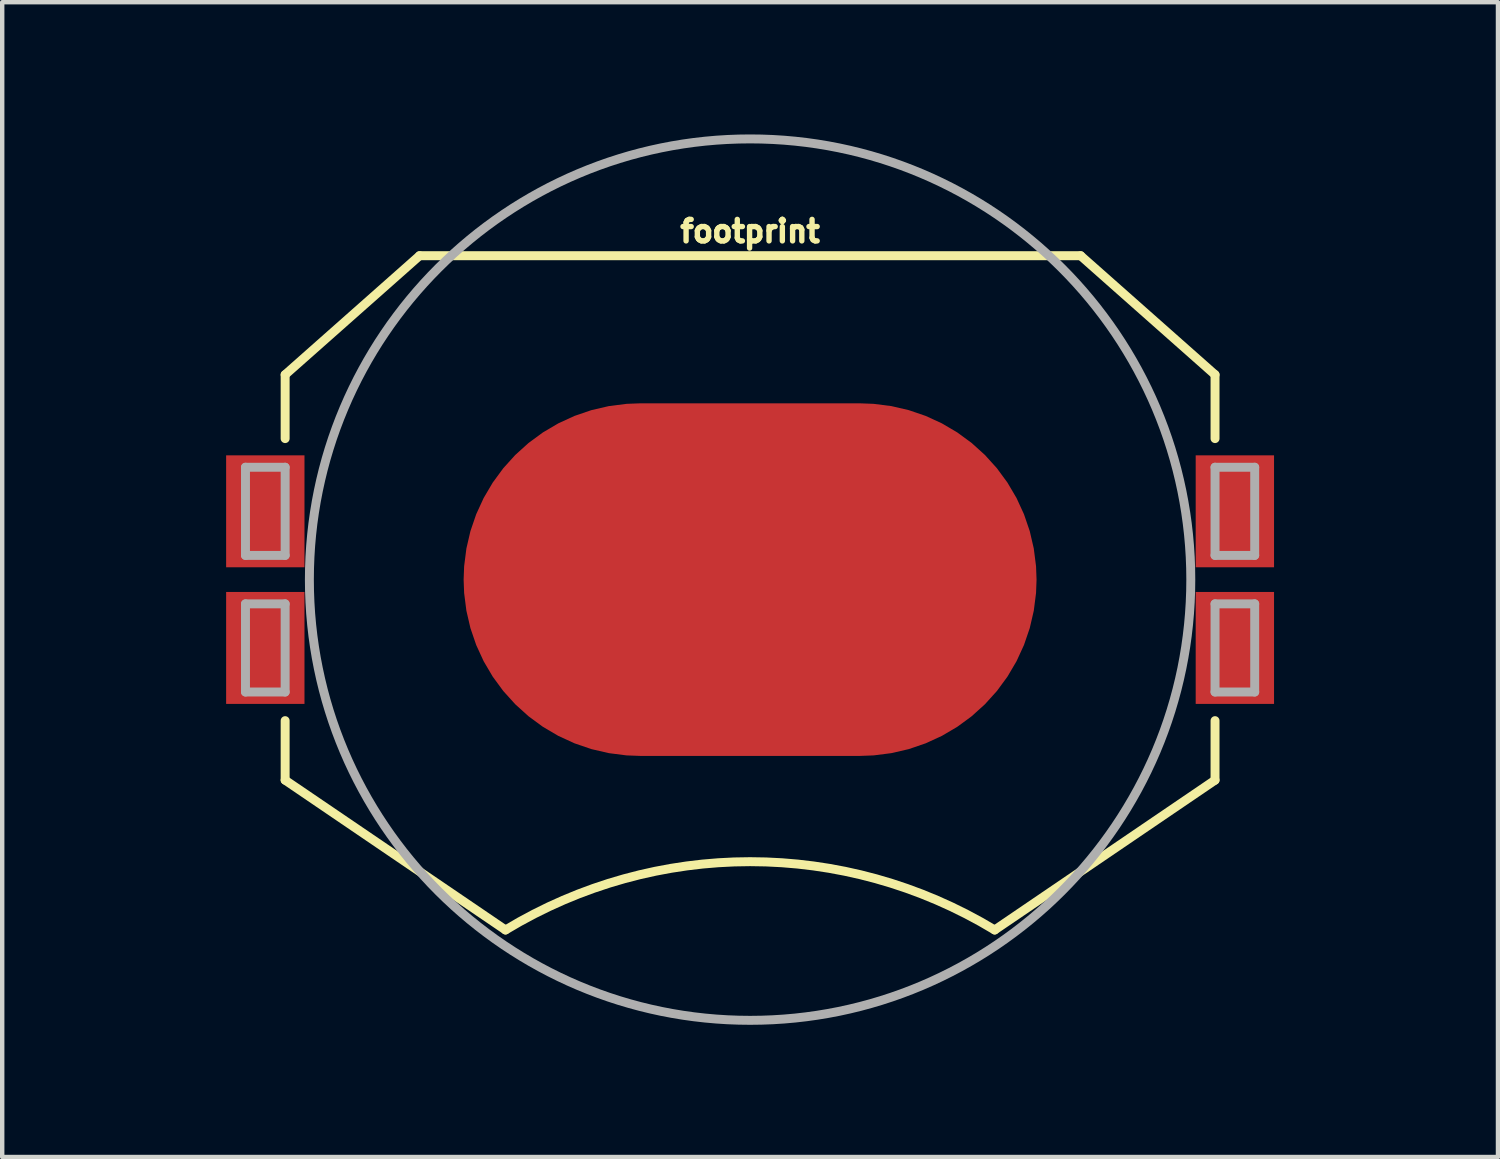
<source format=kicad_pcb>
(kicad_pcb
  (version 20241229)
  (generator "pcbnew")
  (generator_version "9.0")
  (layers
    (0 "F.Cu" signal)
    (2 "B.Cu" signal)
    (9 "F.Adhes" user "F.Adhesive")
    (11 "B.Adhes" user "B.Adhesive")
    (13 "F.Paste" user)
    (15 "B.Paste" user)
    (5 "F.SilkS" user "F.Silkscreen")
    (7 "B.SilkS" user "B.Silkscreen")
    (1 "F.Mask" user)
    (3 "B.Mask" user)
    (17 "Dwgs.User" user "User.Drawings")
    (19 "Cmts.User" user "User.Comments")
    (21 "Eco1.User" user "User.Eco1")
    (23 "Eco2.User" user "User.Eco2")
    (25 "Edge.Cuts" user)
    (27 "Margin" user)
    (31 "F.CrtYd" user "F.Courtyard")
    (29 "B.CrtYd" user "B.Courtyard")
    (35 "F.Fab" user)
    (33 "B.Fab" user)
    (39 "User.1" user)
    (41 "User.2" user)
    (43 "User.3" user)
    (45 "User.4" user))
  (footprint "footprint"
    (layer "F.Cu")
    (at 13.97 10.102)
    (property "Reference" "footprint" (at 0 -7.62 0) (layer "F.SilkS") (effects (font (size 0.488 0.488) (thickness 0.122)) (justify bottom)))
    (fp_line (start -10.55 -3.2) (end -10.55 -4.65) (stroke (width 0.203) (type solid)) (layer "F.SilkS"))
    (fp_line (start -10.55 4.55) (end -10.55 3.2) (stroke (width 0.203) (type solid)) (layer "F.SilkS"))
    (fp_line (start -7.5 -7.35) (end -10.55 -4.65) (stroke (width 0.203) (type solid)) (layer "F.SilkS"))
    (fp_line (start -7.5 -7.35) (end 7.5 -7.35) (stroke (width 0.203) (type solid)) (layer "F.SilkS"))
    (fp_line (start -5.55 7.95) (end -10.55 4.55) (stroke (width 0.203) (type solid)) (layer "F.SilkS"))
    (fp_line (start 7.5 -7.35) (end 10.55 -4.65) (stroke (width 0.203) (type solid)) (layer "F.SilkS"))
    (fp_line (start 10.55 -4.65) (end 10.55 -3.2) (stroke (width 0.203) (type solid)) (layer "F.SilkS"))
    (fp_line (start 10.55 4.55) (end 5.55 7.95) (stroke (width 0.203) (type solid)) (layer "F.SilkS"))
    (fp_line (start 10.55 4.55) (end 10.55 3.2) (stroke (width 0.203) (type solid)) (layer "F.SilkS"))
    (fp_arc (start -5.549999 7.949999) (mid 0.000001 6.400001) (end 5.55 7.95) (stroke (width 0.2032) (type solid)) (layer "F.SilkS"))
    (fp_poly (pts (xy -13.97 3.048) (xy -9.906 3.048) (xy -9.906 -3.048) (xy -13.97 -3.048)) (stroke (width 0) (type solid)) (fill yes) (layer "F.Paste"))
    (fp_poly (pts (xy -2 2) (xy 2 2) (xy 2 -2) (xy -2 -2)) (stroke (width 0) (type solid)) (fill yes) (layer "F.Paste"))
    (fp_poly (pts (xy 9.906 3.048) (xy 13.97 3.048) (xy 13.97 -3.048) (xy 9.906 -3.048)) (stroke (width 0) (type solid)) (fill yes) (layer "F.Paste"))
    (fp_line (start -11.45 -2.55) (end -10.55 -2.55) (stroke (width 0.203) (type solid)) (layer "F.Fab"))
    (fp_line (start -11.45 -0.55) (end -11.45 -2.55) (stroke (width 0.203) (type solid)) (layer "F.Fab"))
    (fp_line (start -11.45 0.55) (end -10.55 0.55) (stroke (width 0.203) (type solid)) (layer "F.Fab"))
    (fp_line (start -11.45 2.55) (end -11.45 0.55) (stroke (width 0.203) (type solid)) (layer "F.Fab"))
    (fp_line (start -10.55 -2.55) (end -10.55 -0.55) (stroke (width 0.203) (type solid)) (layer "F.Fab"))
    (fp_line (start -10.55 -0.55) (end -11.45 -0.55) (stroke (width 0.203) (type solid)) (layer "F.Fab"))
    (fp_line (start -10.55 0.55) (end -10.55 2.55) (stroke (width 0.203) (type solid)) (layer "F.Fab"))
    (fp_line (start -10.55 2.55) (end -11.45 2.55) (stroke (width 0.203) (type solid)) (layer "F.Fab"))
    (fp_line (start 10.55 -2.55) (end 10.55 -0.55) (stroke (width 0.203) (type solid)) (layer "F.Fab"))
    (fp_line (start 10.55 -2.55) (end 11.45 -2.55) (stroke (width 0.203) (type solid)) (layer "F.Fab"))
    (fp_line (start 10.55 0.55) (end 10.55 2.55) (stroke (width 0.203) (type solid)) (layer "F.Fab"))
    (fp_line (start 10.55 0.55) (end 11.45 0.55) (stroke (width 0.203) (type solid)) (layer "F.Fab"))
    (fp_line (start 11.45 -2.55) (end 11.45 -0.55) (stroke (width 0.203) (type solid)) (layer "F.Fab"))
    (fp_line (start 11.45 -0.55) (end 10.55 -0.55) (stroke (width 0.203) (type solid)) (layer "F.Fab"))
    (fp_line (start 11.45 0.55) (end 11.45 2.55) (stroke (width 0.203) (type solid)) (layer "F.Fab"))
    (fp_line (start 11.45 2.55) (end 10.55 2.55) (stroke (width 0.203) (type solid)) (layer "F.Fab"))
    (fp_circle (center 0 0) (end 10 0) (stroke (width 0.203) (type solid)) (fill no) (layer "F.Fab"))
    (pad "1" smd rect (at -11 -1.55 90) (size 2.54 1.778) (layers "F.Cu" "F.Mask"))
    (pad "2" smd roundrect (at 0 0) (size 13 8) (layers "F.Cu" "F.Mask") (roundrect_rratio 0.5))
    (pad "3" smd rect (at 11 -1.55 90) (size 2.54 1.778) (layers "F.Cu" "F.Mask"))
    (pad "P$1" smd rect (at -11 1.55 90) (size 2.54 1.778) (layers "F.Cu" "F.Mask"))
    (pad "P$2" smd rect (at 11 1.55 90) (size 2.54 1.778) (layers "F.Cu" "F.Mask")))
  (gr_rect
    (start -3 -3)
    (end 30.94 23.203)
    (stroke (width 0.1) (type default))
    (fill no)
    (layer "Edge.Cuts")))
</source>
